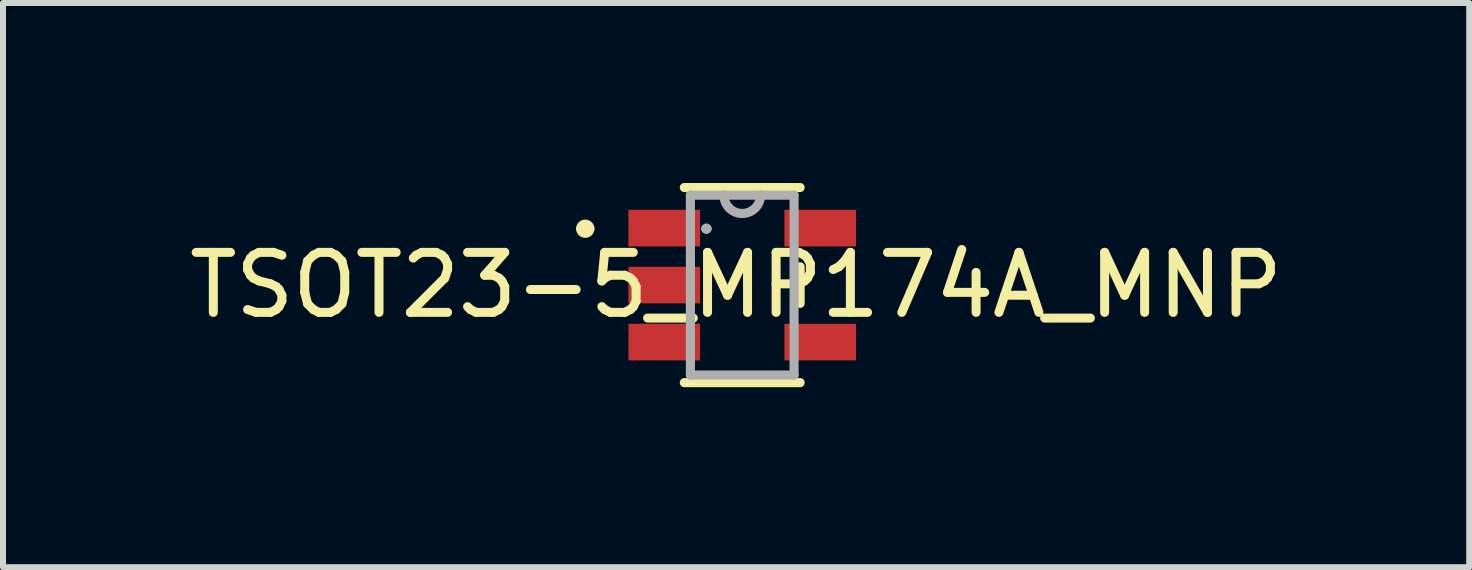
<source format=kicad_pcb>
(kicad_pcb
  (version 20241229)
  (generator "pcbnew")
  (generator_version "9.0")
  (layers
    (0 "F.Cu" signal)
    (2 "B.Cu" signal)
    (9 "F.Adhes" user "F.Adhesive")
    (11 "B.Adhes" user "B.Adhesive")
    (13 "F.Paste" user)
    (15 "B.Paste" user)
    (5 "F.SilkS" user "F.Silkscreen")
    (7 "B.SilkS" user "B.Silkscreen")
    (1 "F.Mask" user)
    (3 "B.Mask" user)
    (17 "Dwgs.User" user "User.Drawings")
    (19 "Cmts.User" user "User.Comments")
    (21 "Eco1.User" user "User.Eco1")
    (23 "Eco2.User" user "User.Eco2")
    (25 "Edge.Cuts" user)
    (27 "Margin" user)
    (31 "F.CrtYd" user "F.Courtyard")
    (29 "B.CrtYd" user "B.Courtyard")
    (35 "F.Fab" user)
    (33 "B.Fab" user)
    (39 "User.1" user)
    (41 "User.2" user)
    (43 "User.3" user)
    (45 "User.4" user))
  (footprint "TSOT23-5_MP174A_MNP"
    (layer "F.Cu")
    (at 9.322 1.702)
    (property "Reference" "TSOT23-5_MP174A_MNP" (at -0.102 0 0) (layer "F.SilkS") (effects (font (size 1 1) (thickness 0.15))))
    (attr smd)
    (fp_line (start -0.965 1.626) (end 0.965 1.626) (stroke (width 0.152) (type solid)) (layer "F.SilkS"))
    (fp_line (start 0.965 -1.626) (end -0.965 -1.626) (stroke (width 0.152) (type solid)) (layer "F.SilkS"))
    (fp_line (start 0.965 0.305) (end 0.965 -0.305) (stroke (width 0.152) (type solid)) (layer "F.SilkS"))
    (fp_arc (start -2.6924 -0.9398) (mid -2.6162 -1.016) (end -2.54 -0.9398) (stroke (width 0.1524) (type solid)) (layer "F.SilkS"))
    (fp_arc (start -2.54 -0.9398) (mid -2.6162 -0.8636) (end -2.6924 -0.9398) (stroke (width 0.1524) (type solid)) (layer "F.SilkS"))
    (fp_line (start -0.864 -1.499) (end -0.864 1.499) (stroke (width 0.152) (type solid)) (layer "F.Fab"))
    (fp_line (start -0.864 1.499) (end 0.864 1.499) (stroke (width 0.152) (type solid)) (layer "F.Fab"))
    (fp_line (start -0.305 -1.499) (end -0.864 -1.499) (stroke (width 0.152) (type solid)) (layer "F.Fab"))
    (fp_line (start 0.305 -1.499) (end -0.305 -1.499) (stroke (width 0.152) (type solid)) (layer "F.Fab"))
    (fp_line (start 0.864 -1.499) (end 0.305 -1.499) (stroke (width 0.152) (type solid)) (layer "F.Fab"))
    (fp_line (start 0.864 1.499) (end 0.864 -1.499) (stroke (width 0.152) (type solid)) (layer "F.Fab"))
    (fp_arc (start -0.635 -0.9398) (mid -0.5969 -0.9779) (end -0.5588 -0.9398) (stroke (width 0.1) (type solid)) (layer "F.Fab"))
    (fp_arc (start -0.5588 -0.9398) (mid -0.5969 -0.9017) (end -0.635 -0.9398) (stroke (width 0.1) (type solid)) (layer "F.Fab"))
    (fp_arc (start 0.3048 -1.4986) (mid 0 -1.1938) (end -0.3048 -1.4986) (stroke (width 0.1524) (type solid)) (layer "F.Fab"))
    (pad "1" smd rect (at -1.3 -0.95) (size 1.194 0.61) (layers "F.Cu" "F.Mask" "F.Paste"))
    (pad "2" smd rect (at -1.3 0) (size 1.194 0.61) (layers "F.Cu" "F.Mask" "F.Paste"))
    (pad "3" smd rect (at -1.3 0.95) (size 1.194 0.61) (layers "F.Cu" "F.Mask" "F.Paste"))
    (pad "4" smd rect (at 1.3 0.95) (size 1.194 0.61) (layers "F.Cu" "F.Mask" "F.Paste"))
    (pad "5" smd rect (at 1.3 -0.95) (size 1.194 0.61) (layers "F.Cu" "F.Mask" "F.Paste")))
  (gr_rect
    (start -3 -3)
    (end 21.44 6.404)
    (stroke (width 0.1) (type default))
    (fill no)
    (layer "Edge.Cuts")))
</source>
